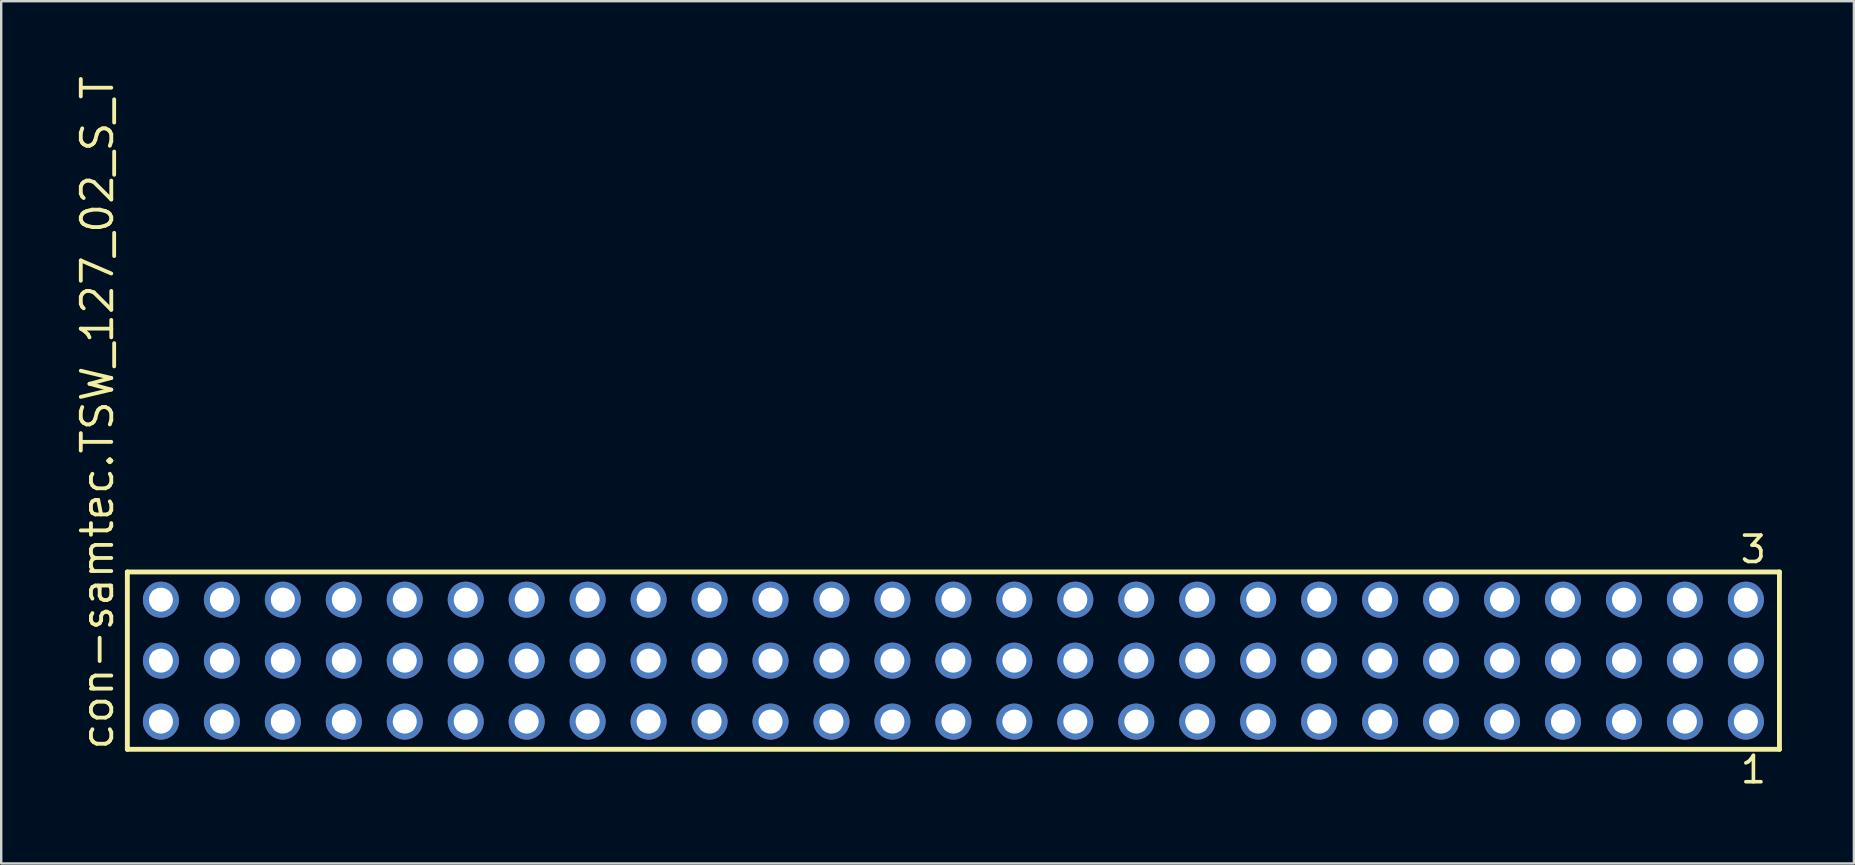
<source format=kicad_pcb>
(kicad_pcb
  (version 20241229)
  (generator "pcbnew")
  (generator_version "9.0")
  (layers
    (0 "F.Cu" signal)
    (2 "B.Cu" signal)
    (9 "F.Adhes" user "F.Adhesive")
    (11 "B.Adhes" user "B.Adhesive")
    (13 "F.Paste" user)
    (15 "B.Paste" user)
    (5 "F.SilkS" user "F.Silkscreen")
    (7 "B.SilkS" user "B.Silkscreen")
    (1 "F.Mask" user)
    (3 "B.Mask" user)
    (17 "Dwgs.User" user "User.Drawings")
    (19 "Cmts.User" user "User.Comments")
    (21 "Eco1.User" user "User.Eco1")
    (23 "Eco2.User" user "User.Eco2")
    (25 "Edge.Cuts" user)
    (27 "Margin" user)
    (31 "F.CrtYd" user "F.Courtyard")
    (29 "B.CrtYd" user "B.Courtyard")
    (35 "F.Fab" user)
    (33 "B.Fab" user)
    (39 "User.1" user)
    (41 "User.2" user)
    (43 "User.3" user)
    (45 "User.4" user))
  (footprint "con-samtec.TSW_127_02_S_T"
    (layer "F.Cu")
    (at 36.675 24.477)
    (property "Reference" "con-samtec.TSW_127_02_S_T" (at -34.925 3.81 90) (layer "F.SilkS") (effects (font (size 1.27 1.27) (thickness 0.16)) (justify left bottom)))
    (attr through_hole)
    (fp_line (start -34.419 -3.695) (end 34.419 -3.695) (stroke (width 0.203) (type default)) (layer "F.SilkS"))
    (fp_line (start -34.419 3.695) (end -34.419 -3.695) (stroke (width 0.203) (type default)) (layer "F.SilkS"))
    (fp_line (start 34.419 -3.695) (end 34.419 3.695) (stroke (width 0.203) (type default)) (layer "F.SilkS"))
    (fp_line (start 34.419 3.695) (end -34.419 3.695) (stroke (width 0.203) (type default)) (layer "F.SilkS"))
    (fp_rect (start -33.37 -2.19) (end -32.67 -2.89) (stroke (width 0.05) (type default)) (fill no) (layer "F.Fab"))
    (fp_rect (start -33.37 0.35) (end -32.67 -0.35) (stroke (width 0.05) (type default)) (fill no) (layer "F.Fab"))
    (fp_rect (start -33.37 2.89) (end -32.67 2.19) (stroke (width 0.05) (type default)) (fill no) (layer "F.Fab"))
    (fp_rect (start -30.83 -2.19) (end -30.13 -2.89) (stroke (width 0.05) (type default)) (fill no) (layer "F.Fab"))
    (fp_rect (start -30.83 0.35) (end -30.13 -0.35) (stroke (width 0.05) (type default)) (fill no) (layer "F.Fab"))
    (fp_rect (start -30.83 2.89) (end -30.13 2.19) (stroke (width 0.05) (type default)) (fill no) (layer "F.Fab"))
    (fp_rect (start -28.29 -2.19) (end -27.59 -2.89) (stroke (width 0.05) (type default)) (fill no) (layer "F.Fab"))
    (fp_rect (start -28.29 0.35) (end -27.59 -0.35) (stroke (width 0.05) (type default)) (fill no) (layer "F.Fab"))
    (fp_rect (start -28.29 2.89) (end -27.59 2.19) (stroke (width 0.05) (type default)) (fill no) (layer "F.Fab"))
    (fp_rect (start -25.75 -2.19) (end -25.05 -2.89) (stroke (width 0.05) (type default)) (fill no) (layer "F.Fab"))
    (fp_rect (start -25.75 0.35) (end -25.05 -0.35) (stroke (width 0.05) (type default)) (fill no) (layer "F.Fab"))
    (fp_rect (start -25.75 2.89) (end -25.05 2.19) (stroke (width 0.05) (type default)) (fill no) (layer "F.Fab"))
    (fp_rect (start -23.21 -2.19) (end -22.51 -2.89) (stroke (width 0.05) (type default)) (fill no) (layer "F.Fab"))
    (fp_rect (start -23.21 0.35) (end -22.51 -0.35) (stroke (width 0.05) (type default)) (fill no) (layer "F.Fab"))
    (fp_rect (start -23.21 2.89) (end -22.51 2.19) (stroke (width 0.05) (type default)) (fill no) (layer "F.Fab"))
    (fp_rect (start -20.67 -2.19) (end -19.97 -2.89) (stroke (width 0.05) (type default)) (fill no) (layer "F.Fab"))
    (fp_rect (start -20.67 0.35) (end -19.97 -0.35) (stroke (width 0.05) (type default)) (fill no) (layer "F.Fab"))
    (fp_rect (start -20.67 2.89) (end -19.97 2.19) (stroke (width 0.05) (type default)) (fill no) (layer "F.Fab"))
    (fp_rect (start -18.13 -2.19) (end -17.43 -2.89) (stroke (width 0.05) (type default)) (fill no) (layer "F.Fab"))
    (fp_rect (start -18.13 0.35) (end -17.43 -0.35) (stroke (width 0.05) (type default)) (fill no) (layer "F.Fab"))
    (fp_rect (start -18.13 2.89) (end -17.43 2.19) (stroke (width 0.05) (type default)) (fill no) (layer "F.Fab"))
    (fp_rect (start -15.59 -2.19) (end -14.89 -2.89) (stroke (width 0.05) (type default)) (fill no) (layer "F.Fab"))
    (fp_rect (start -15.59 0.35) (end -14.89 -0.35) (stroke (width 0.05) (type default)) (fill no) (layer "F.Fab"))
    (fp_rect (start -15.59 2.89) (end -14.89 2.19) (stroke (width 0.05) (type default)) (fill no) (layer "F.Fab"))
    (fp_rect (start -13.05 -2.19) (end -12.35 -2.89) (stroke (width 0.05) (type default)) (fill no) (layer "F.Fab"))
    (fp_rect (start -13.05 0.35) (end -12.35 -0.35) (stroke (width 0.05) (type default)) (fill no) (layer "F.Fab"))
    (fp_rect (start -13.05 2.89) (end -12.35 2.19) (stroke (width 0.05) (type default)) (fill no) (layer "F.Fab"))
    (fp_rect (start -10.51 -2.19) (end -9.81 -2.89) (stroke (width 0.05) (type default)) (fill no) (layer "F.Fab"))
    (fp_rect (start -10.51 0.35) (end -9.81 -0.35) (stroke (width 0.05) (type default)) (fill no) (layer "F.Fab"))
    (fp_rect (start -10.51 2.89) (end -9.81 2.19) (stroke (width 0.05) (type default)) (fill no) (layer "F.Fab"))
    (fp_rect (start -7.97 -2.19) (end -7.27 -2.89) (stroke (width 0.05) (type default)) (fill no) (layer "F.Fab"))
    (fp_rect (start -7.97 0.35) (end -7.27 -0.35) (stroke (width 0.05) (type default)) (fill no) (layer "F.Fab"))
    (fp_rect (start -7.97 2.89) (end -7.27 2.19) (stroke (width 0.05) (type default)) (fill no) (layer "F.Fab"))
    (fp_rect (start -5.43 -2.19) (end -4.73 -2.89) (stroke (width 0.05) (type default)) (fill no) (layer "F.Fab"))
    (fp_rect (start -5.43 0.35) (end -4.73 -0.35) (stroke (width 0.05) (type default)) (fill no) (layer "F.Fab"))
    (fp_rect (start -5.43 2.89) (end -4.73 2.19) (stroke (width 0.05) (type default)) (fill no) (layer "F.Fab"))
    (fp_rect (start -2.89 -2.19) (end -2.19 -2.89) (stroke (width 0.05) (type default)) (fill no) (layer "F.Fab"))
    (fp_rect (start -2.89 0.35) (end -2.19 -0.35) (stroke (width 0.05) (type default)) (fill no) (layer "F.Fab"))
    (fp_rect (start -2.89 2.89) (end -2.19 2.19) (stroke (width 0.05) (type default)) (fill no) (layer "F.Fab"))
    (fp_rect (start -0.35 -2.19) (end 0.35 -2.89) (stroke (width 0.05) (type default)) (fill no) (layer "F.Fab"))
    (fp_rect (start -0.35 0.35) (end 0.35 -0.35) (stroke (width 0.05) (type default)) (fill no) (layer "F.Fab"))
    (fp_rect (start -0.35 2.89) (end 0.35 2.19) (stroke (width 0.05) (type default)) (fill no) (layer "F.Fab"))
    (fp_rect (start 2.19 -2.19) (end 2.89 -2.89) (stroke (width 0.05) (type default)) (fill no) (layer "F.Fab"))
    (fp_rect (start 2.19 0.35) (end 2.89 -0.35) (stroke (width 0.05) (type default)) (fill no) (layer "F.Fab"))
    (fp_rect (start 2.19 2.89) (end 2.89 2.19) (stroke (width 0.05) (type default)) (fill no) (layer "F.Fab"))
    (fp_rect (start 4.73 -2.19) (end 5.43 -2.89) (stroke (width 0.05) (type default)) (fill no) (layer "F.Fab"))
    (fp_rect (start 4.73 0.35) (end 5.43 -0.35) (stroke (width 0.05) (type default)) (fill no) (layer "F.Fab"))
    (fp_rect (start 4.73 2.89) (end 5.43 2.19) (stroke (width 0.05) (type default)) (fill no) (layer "F.Fab"))
    (fp_rect (start 7.27 -2.19) (end 7.97 -2.89) (stroke (width 0.05) (type default)) (fill no) (layer "F.Fab"))
    (fp_rect (start 7.27 0.35) (end 7.97 -0.35) (stroke (width 0.05) (type default)) (fill no) (layer "F.Fab"))
    (fp_rect (start 7.27 2.89) (end 7.97 2.19) (stroke (width 0.05) (type default)) (fill no) (layer "F.Fab"))
    (fp_rect (start 9.81 -2.19) (end 10.51 -2.89) (stroke (width 0.05) (type default)) (fill no) (layer "F.Fab"))
    (fp_rect (start 9.81 0.35) (end 10.51 -0.35) (stroke (width 0.05) (type default)) (fill no) (layer "F.Fab"))
    (fp_rect (start 9.81 2.89) (end 10.51 2.19) (stroke (width 0.05) (type default)) (fill no) (layer "F.Fab"))
    (fp_rect (start 12.35 -2.19) (end 13.05 -2.89) (stroke (width 0.05) (type default)) (fill no) (layer "F.Fab"))
    (fp_rect (start 12.35 0.35) (end 13.05 -0.35) (stroke (width 0.05) (type default)) (fill no) (layer "F.Fab"))
    (fp_rect (start 12.35 2.89) (end 13.05 2.19) (stroke (width 0.05) (type default)) (fill no) (layer "F.Fab"))
    (fp_rect (start 14.89 -2.19) (end 15.59 -2.89) (stroke (width 0.05) (type default)) (fill no) (layer "F.Fab"))
    (fp_rect (start 14.89 0.35) (end 15.59 -0.35) (stroke (width 0.05) (type default)) (fill no) (layer "F.Fab"))
    (fp_rect (start 14.89 2.89) (end 15.59 2.19) (stroke (width 0.05) (type default)) (fill no) (layer "F.Fab"))
    (fp_rect (start 17.43 -2.19) (end 18.13 -2.89) (stroke (width 0.05) (type default)) (fill no) (layer "F.Fab"))
    (fp_rect (start 17.43 0.35) (end 18.13 -0.35) (stroke (width 0.05) (type default)) (fill no) (layer "F.Fab"))
    (fp_rect (start 17.43 2.89) (end 18.13 2.19) (stroke (width 0.05) (type default)) (fill no) (layer "F.Fab"))
    (fp_rect (start 19.97 -2.19) (end 20.67 -2.89) (stroke (width 0.05) (type default)) (fill no) (layer "F.Fab"))
    (fp_rect (start 19.97 0.35) (end 20.67 -0.35) (stroke (width 0.05) (type default)) (fill no) (layer "F.Fab"))
    (fp_rect (start 19.97 2.89) (end 20.67 2.19) (stroke (width 0.05) (type default)) (fill no) (layer "F.Fab"))
    (fp_rect (start 22.51 -2.19) (end 23.21 -2.89) (stroke (width 0.05) (type default)) (fill no) (layer "F.Fab"))
    (fp_rect (start 22.51 0.35) (end 23.21 -0.35) (stroke (width 0.05) (type default)) (fill no) (layer "F.Fab"))
    (fp_rect (start 22.51 2.89) (end 23.21 2.19) (stroke (width 0.05) (type default)) (fill no) (layer "F.Fab"))
    (fp_rect (start 25.05 -2.19) (end 25.75 -2.89) (stroke (width 0.05) (type default)) (fill no) (layer "F.Fab"))
    (fp_rect (start 25.05 0.35) (end 25.75 -0.35) (stroke (width 0.05) (type default)) (fill no) (layer "F.Fab"))
    (fp_rect (start 25.05 2.89) (end 25.75 2.19) (stroke (width 0.05) (type default)) (fill no) (layer "F.Fab"))
    (fp_rect (start 27.59 -2.19) (end 28.29 -2.89) (stroke (width 0.05) (type default)) (fill no) (layer "F.Fab"))
    (fp_rect (start 27.59 0.35) (end 28.29 -0.35) (stroke (width 0.05) (type default)) (fill no) (layer "F.Fab"))
    (fp_rect (start 27.59 2.89) (end 28.29 2.19) (stroke (width 0.05) (type default)) (fill no) (layer "F.Fab"))
    (fp_rect (start 30.13 -2.19) (end 30.83 -2.89) (stroke (width 0.05) (type default)) (fill no) (layer "F.Fab"))
    (fp_rect (start 30.13 0.35) (end 30.83 -0.35) (stroke (width 0.05) (type default)) (fill no) (layer "F.Fab"))
    (fp_rect (start 30.13 2.89) (end 30.83 2.19) (stroke (width 0.05) (type default)) (fill no) (layer "F.Fab"))
    (fp_rect (start 32.67 -2.19) (end 33.37 -2.89) (stroke (width 0.05) (type default)) (fill no) (layer "F.Fab"))
    (fp_rect (start 32.67 0.35) (end 33.37 -0.35) (stroke (width 0.05) (type default)) (fill no) (layer "F.Fab"))
    (fp_rect (start 32.67 2.89) (end 33.37 2.19) (stroke (width 0.05) (type default)) (fill no) (layer "F.Fab"))
    (fp_text user "1" (at 32.712 5.188 0) (layer "F.SilkS") (effects (font (size 1.1 1.1) (thickness 0.15)) (justify left bottom)))
    (fp_text user "3" (at 32.708 -3.989 0) (layer "F.SilkS") (effects (font (size 1.1 1.1) (thickness 0.15)) (justify left bottom)))
    (pad "1" thru_hole circle (at 33.02 2.54 180) (size 1.5 1.5) (drill 1) (layers "*.Cu" "*.Mask"))
    (pad "2" thru_hole circle (at 33.02 0 180) (size 1.5 1.5) (drill 1) (layers "*.Cu" "*.Mask"))
    (pad "3" thru_hole circle (at 33.02 -2.54 180) (size 1.5 1.5) (drill 1) (layers "*.Cu" "*.Mask"))
    (pad "4" thru_hole circle (at 30.48 2.54 180) (size 1.5 1.5) (drill 1) (layers "*.Cu" "*.Mask"))
    (pad "5" thru_hole circle (at 30.48 0 180) (size 1.5 1.5) (drill 1) (layers "*.Cu" "*.Mask"))
    (pad "6" thru_hole circle (at 30.48 -2.54 180) (size 1.5 1.5) (drill 1) (layers "*.Cu" "*.Mask"))
    (pad "7" thru_hole circle (at 27.94 2.54 180) (size 1.5 1.5) (drill 1) (layers "*.Cu" "*.Mask"))
    (pad "8" thru_hole circle (at 27.94 0 180) (size 1.5 1.5) (drill 1) (layers "*.Cu" "*.Mask"))
    (pad "9" thru_hole circle (at 27.94 -2.54 180) (size 1.5 1.5) (drill 1) (layers "*.Cu" "*.Mask"))
    (pad "10" thru_hole circle (at 25.4 2.54 180) (size 1.5 1.5) (drill 1) (layers "*.Cu" "*.Mask"))
    (pad "11" thru_hole circle (at 25.4 0 180) (size 1.5 1.5) (drill 1) (layers "*.Cu" "*.Mask"))
    (pad "12" thru_hole circle (at 25.4 -2.54 180) (size 1.5 1.5) (drill 1) (layers "*.Cu" "*.Mask"))
    (pad "13" thru_hole circle (at 22.86 2.54 180) (size 1.5 1.5) (drill 1) (layers "*.Cu" "*.Mask"))
    (pad "14" thru_hole circle (at 22.86 0 180) (size 1.5 1.5) (drill 1) (layers "*.Cu" "*.Mask"))
    (pad "15" thru_hole circle (at 22.86 -2.54 180) (size 1.5 1.5) (drill 1) (layers "*.Cu" "*.Mask"))
    (pad "16" thru_hole circle (at 20.32 2.54 180) (size 1.5 1.5) (drill 1) (layers "*.Cu" "*.Mask"))
    (pad "17" thru_hole circle (at 20.32 0 180) (size 1.5 1.5) (drill 1) (layers "*.Cu" "*.Mask"))
    (pad "18" thru_hole circle (at 20.32 -2.54 180) (size 1.5 1.5) (drill 1) (layers "*.Cu" "*.Mask"))
    (pad "19" thru_hole circle (at 17.78 2.54 180) (size 1.5 1.5) (drill 1) (layers "*.Cu" "*.Mask"))
    (pad "20" thru_hole circle (at 17.78 0 180) (size 1.5 1.5) (drill 1) (layers "*.Cu" "*.Mask"))
    (pad "21" thru_hole circle (at 17.78 -2.54 180) (size 1.5 1.5) (drill 1) (layers "*.Cu" "*.Mask"))
    (pad "22" thru_hole circle (at 15.24 2.54 180) (size 1.5 1.5) (drill 1) (layers "*.Cu" "*.Mask"))
    (pad "23" thru_hole circle (at 15.24 0 180) (size 1.5 1.5) (drill 1) (layers "*.Cu" "*.Mask"))
    (pad "24" thru_hole circle (at 15.24 -2.54 180) (size 1.5 1.5) (drill 1) (layers "*.Cu" "*.Mask"))
    (pad "25" thru_hole circle (at 12.7 2.54 180) (size 1.5 1.5) (drill 1) (layers "*.Cu" "*.Mask"))
    (pad "26" thru_hole circle (at 12.7 0 180) (size 1.5 1.5) (drill 1) (layers "*.Cu" "*.Mask"))
    (pad "27" thru_hole circle (at 12.7 -2.54 180) (size 1.5 1.5) (drill 1) (layers "*.Cu" "*.Mask"))
    (pad "28" thru_hole circle (at 10.16 2.54 180) (size 1.5 1.5) (drill 1) (layers "*.Cu" "*.Mask"))
    (pad "29" thru_hole circle (at 10.16 0 180) (size 1.5 1.5) (drill 1) (layers "*.Cu" "*.Mask"))
    (pad "30" thru_hole circle (at 10.16 -2.54 180) (size 1.5 1.5) (drill 1) (layers "*.Cu" "*.Mask"))
    (pad "31" thru_hole circle (at 7.62 2.54 180) (size 1.5 1.5) (drill 1) (layers "*.Cu" "*.Mask"))
    (pad "32" thru_hole circle (at 7.62 0 180) (size 1.5 1.5) (drill 1) (layers "*.Cu" "*.Mask"))
    (pad "33" thru_hole circle (at 7.62 -2.54 180) (size 1.5 1.5) (drill 1) (layers "*.Cu" "*.Mask"))
    (pad "34" thru_hole circle (at 5.08 2.54 180) (size 1.5 1.5) (drill 1) (layers "*.Cu" "*.Mask"))
    (pad "35" thru_hole circle (at 5.08 0 180) (size 1.5 1.5) (drill 1) (layers "*.Cu" "*.Mask"))
    (pad "36" thru_hole circle (at 5.08 -2.54 180) (size 1.5 1.5) (drill 1) (layers "*.Cu" "*.Mask"))
    (pad "37" thru_hole circle (at 2.54 2.54 180) (size 1.5 1.5) (drill 1) (layers "*.Cu" "*.Mask"))
    (pad "38" thru_hole circle (at 2.54 0 180) (size 1.5 1.5) (drill 1) (layers "*.Cu" "*.Mask"))
    (pad "39" thru_hole circle (at 2.54 -2.54 180) (size 1.5 1.5) (drill 1) (layers "*.Cu" "*.Mask"))
    (pad "40" thru_hole circle (at 0 2.54 180) (size 1.5 1.5) (drill 1) (layers "*.Cu" "*.Mask"))
    (pad "41" thru_hole circle (at 0 0 180) (size 1.5 1.5) (drill 1) (layers "*.Cu" "*.Mask"))
    (pad "42" thru_hole circle (at 0 -2.54 180) (size 1.5 1.5) (drill 1) (layers "*.Cu" "*.Mask"))
    (pad "43" thru_hole circle (at -2.54 2.54 180) (size 1.5 1.5) (drill 1) (layers "*.Cu" "*.Mask"))
    (pad "44" thru_hole circle (at -2.54 0 180) (size 1.5 1.5) (drill 1) (layers "*.Cu" "*.Mask"))
    (pad "45" thru_hole circle (at -2.54 -2.54 180) (size 1.5 1.5) (drill 1) (layers "*.Cu" "*.Mask"))
    (pad "46" thru_hole circle (at -5.08 2.54 180) (size 1.5 1.5) (drill 1) (layers "*.Cu" "*.Mask"))
    (pad "47" thru_hole circle (at -5.08 0 180) (size 1.5 1.5) (drill 1) (layers "*.Cu" "*.Mask"))
    (pad "48" thru_hole circle (at -5.08 -2.54 180) (size 1.5 1.5) (drill 1) (layers "*.Cu" "*.Mask"))
    (pad "49" thru_hole circle (at -7.62 2.54 180) (size 1.5 1.5) (drill 1) (layers "*.Cu" "*.Mask"))
    (pad "50" thru_hole circle (at -7.62 0 180) (size 1.5 1.5) (drill 1) (layers "*.Cu" "*.Mask"))
    (pad "51" thru_hole circle (at -7.62 -2.54 180) (size 1.5 1.5) (drill 1) (layers "*.Cu" "*.Mask"))
    (pad "52" thru_hole circle (at -10.16 2.54 180) (size 1.5 1.5) (drill 1) (layers "*.Cu" "*.Mask"))
    (pad "53" thru_hole circle (at -10.16 0 180) (size 1.5 1.5) (drill 1) (layers "*.Cu" "*.Mask"))
    (pad "54" thru_hole circle (at -10.16 -2.54 180) (size 1.5 1.5) (drill 1) (layers "*.Cu" "*.Mask"))
    (pad "55" thru_hole circle (at -12.7 2.54 180) (size 1.5 1.5) (drill 1) (layers "*.Cu" "*.Mask"))
    (pad "56" thru_hole circle (at -12.7 0 180) (size 1.5 1.5) (drill 1) (layers "*.Cu" "*.Mask"))
    (pad "57" thru_hole circle (at -12.7 -2.54 180) (size 1.5 1.5) (drill 1) (layers "*.Cu" "*.Mask"))
    (pad "58" thru_hole circle (at -15.24 2.54 180) (size 1.5 1.5) (drill 1) (layers "*.Cu" "*.Mask"))
    (pad "59" thru_hole circle (at -15.24 0 180) (size 1.5 1.5) (drill 1) (layers "*.Cu" "*.Mask"))
    (pad "60" thru_hole circle (at -15.24 -2.54 180) (size 1.5 1.5) (drill 1) (layers "*.Cu" "*.Mask"))
    (pad "61" thru_hole circle (at -17.78 2.54 180) (size 1.5 1.5) (drill 1) (layers "*.Cu" "*.Mask"))
    (pad "62" thru_hole circle (at -17.78 0 180) (size 1.5 1.5) (drill 1) (layers "*.Cu" "*.Mask"))
    (pad "63" thru_hole circle (at -17.78 -2.54 180) (size 1.5 1.5) (drill 1) (layers "*.Cu" "*.Mask"))
    (pad "64" thru_hole circle (at -20.32 2.54 180) (size 1.5 1.5) (drill 1) (layers "*.Cu" "*.Mask"))
    (pad "65" thru_hole circle (at -20.32 0 180) (size 1.5 1.5) (drill 1) (layers "*.Cu" "*.Mask"))
    (pad "66" thru_hole circle (at -20.32 -2.54 180) (size 1.5 1.5) (drill 1) (layers "*.Cu" "*.Mask"))
    (pad "67" thru_hole circle (at -22.86 2.54 180) (size 1.5 1.5) (drill 1) (layers "*.Cu" "*.Mask"))
    (pad "68" thru_hole circle (at -22.86 0 180) (size 1.5 1.5) (drill 1) (layers "*.Cu" "*.Mask"))
    (pad "69" thru_hole circle (at -22.86 -2.54 180) (size 1.5 1.5) (drill 1) (layers "*.Cu" "*.Mask"))
    (pad "70" thru_hole circle (at -25.4 2.54 180) (size 1.5 1.5) (drill 1) (layers "*.Cu" "*.Mask"))
    (pad "71" thru_hole circle (at -25.4 0 180) (size 1.5 1.5) (drill 1) (layers "*.Cu" "*.Mask"))
    (pad "72" thru_hole circle (at -25.4 -2.54 180) (size 1.5 1.5) (drill 1) (layers "*.Cu" "*.Mask"))
    (pad "73" thru_hole circle (at -27.94 2.54 180) (size 1.5 1.5) (drill 1) (layers "*.Cu" "*.Mask"))
    (pad "74" thru_hole circle (at -27.94 0 180) (size 1.5 1.5) (drill 1) (layers "*.Cu" "*.Mask"))
    (pad "75" thru_hole circle (at -27.94 -2.54 180) (size 1.5 1.5) (drill 1) (layers "*.Cu" "*.Mask"))
    (pad "76" thru_hole circle (at -30.48 2.54 180) (size 1.5 1.5) (drill 1) (layers "*.Cu" "*.Mask"))
    (pad "77" thru_hole circle (at -30.48 0 180) (size 1.5 1.5) (drill 1) (layers "*.Cu" "*.Mask"))
    (pad "78" thru_hole circle (at -30.48 -2.54 180) (size 1.5 1.5) (drill 1) (layers "*.Cu" "*.Mask"))
    (pad "79" thru_hole circle (at -33.02 2.54 180) (size 1.5 1.5) (drill 1) (layers "*.Cu" "*.Mask"))
    (pad "80" thru_hole circle (at -33.02 0 180) (size 1.5 1.5) (drill 1) (layers "*.Cu" "*.Mask"))
    (pad "81" thru_hole circle (at -33.02 -2.54 180) (size 1.5 1.5) (drill 1) (layers "*.Cu" "*.Mask")))
  (gr_rect
    (start -3 -3)
    (end 74.196 32.928)
    (stroke (width 0.1) (type default))
    (fill no)
    (layer "Edge.Cuts")))
</source>
